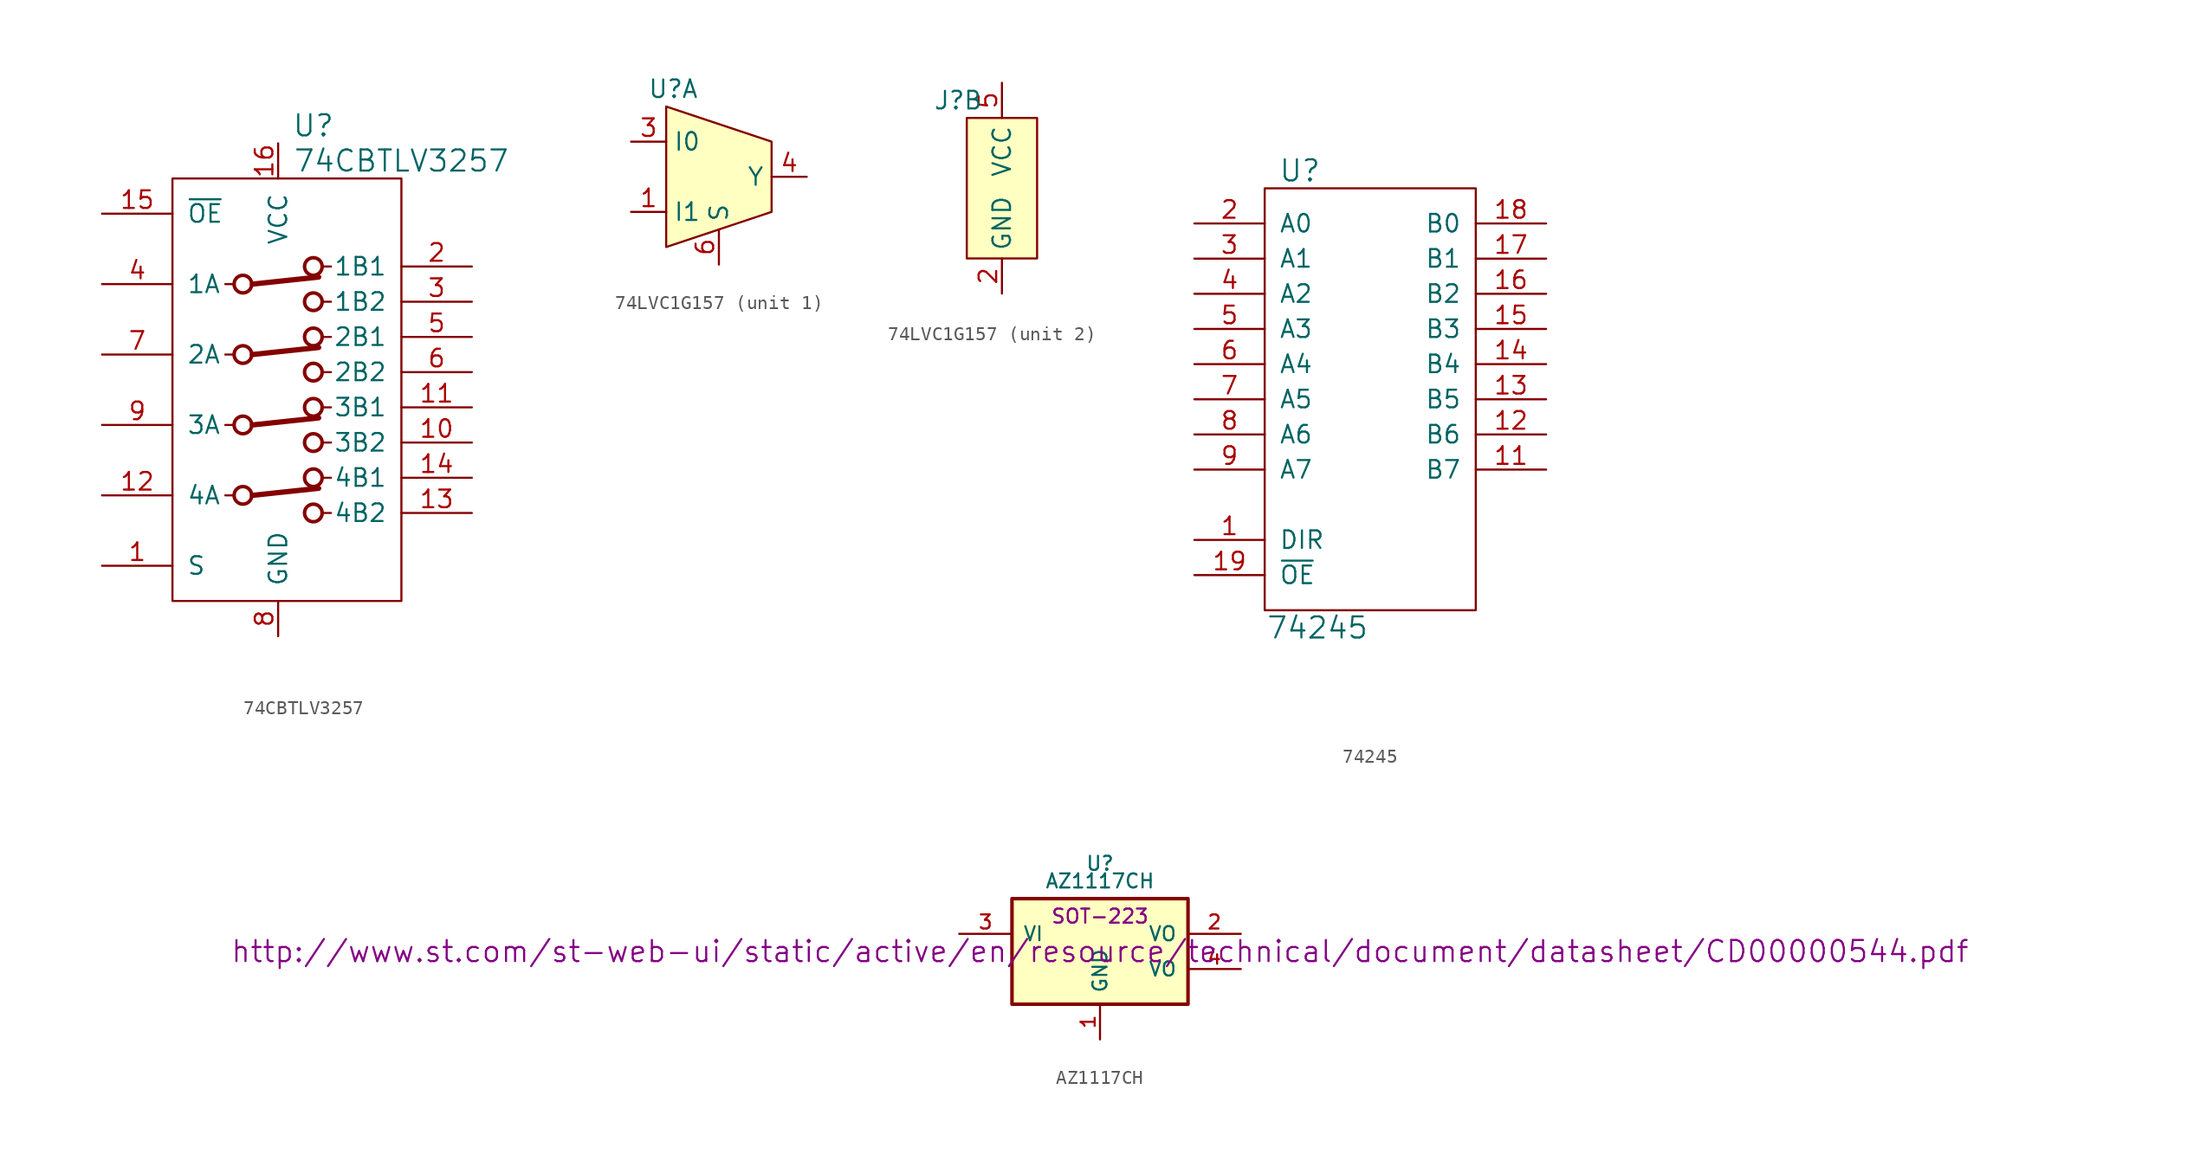
<source format=kicad_sym>
(kicad_symbol_lib
  (version 20241209)
  (generator "kicad_symbol_editor")
  (generator_version "9.0")
  (symbol "74CBTLV3257"
    (pin_names
      (offset 1.016))
    (property "Reference" "U"
      (at 2.54 11.43 0)
      (effects (font (size 1.524 1.524))))
    (property "Value" "74CBTLV3257"
      (at 8.89 8.89 0)
      (effects (font (size 1.524 1.524))))
    (property "Footprint" ""
      (at 0 0 0)
      (effects (font (size 1.524 1.524))))
    (property "Datasheet" ""
      (at 0 0 0)
      (effects (font (size 1.524 1.524))))
    (symbol "74CBTLV3257_0_1"
      (polyline (pts (xy -3.81 0) (xy -3.175 0)) (stroke (width 0) (type default)) (fill (type none)))
      (polyline (pts (xy -3.81 -5.08) (xy -3.175 -5.08)) (stroke (width 0) (type default)) (fill (type none)))
      (polyline (pts (xy -3.81 -10.16) (xy -3.175 -10.16)) (stroke (width 0) (type default)) (fill (type none)))
      (polyline (pts (xy -3.81 -15.24) (xy -3.175 -15.24)) (stroke (width 0) (type default)) (fill (type none)))
      (circle (center -2.54 0) (radius 0.635) (stroke (width 0.254) (type default)) (fill (type none)))
      (circle (center -2.54 -5.08) (radius 0.635) (stroke (width 0.254) (type default)) (fill (type none)))
      (circle (center -2.54 -10.16) (radius 0.635) (stroke (width 0.254) (type default)) (fill (type none)))
      (circle (center -2.54 -15.24) (radius 0.635) (stroke (width 0.254) (type default)) (fill (type none)))
      (polyline (pts (xy -1.854 0) (xy 2.921 0.508)) (stroke (width 0.381) (type default)) (fill (type none)))
      (polyline (pts (xy -1.854 -5.08) (xy 2.921 -4.572)) (stroke (width 0.381) (type default)) (fill (type none)))
      (polyline (pts (xy -1.854 -10.16) (xy 2.921 -9.652)) (stroke (width 0.381) (type default)) (fill (type none)))
      (polyline (pts (xy -1.854 -15.24) (xy 2.921 -14.732)) (stroke (width 0.381) (type default)) (fill (type none)))
      (circle (center 2.54 1.27) (radius 0.635) (stroke (width 0.254) (type default)) (fill (type none)))
      (circle (center 2.54 -1.27) (radius 0.635) (stroke (width 0.254) (type default)) (fill (type none)))
      (circle (center 2.54 -3.81) (radius 0.635) (stroke (width 0.254) (type default)) (fill (type none)))
      (circle (center 2.54 -6.35) (radius 0.635) (stroke (width 0.254) (type default)) (fill (type none)))
      (circle (center 2.54 -8.89) (radius 0.635) (stroke (width 0.254) (type default)) (fill (type none)))
      (circle (center 2.54 -11.43) (radius 0.635) (stroke (width 0.254) (type default)) (fill (type none)))
      (circle (center 2.54 -13.97) (radius 0.635) (stroke (width 0.254) (type default)) (fill (type none)))
      (circle (center 2.54 -16.51) (radius 0.635) (stroke (width 0.254) (type default)) (fill (type none)))
      (polyline (pts (xy 3.81 1.27) (xy 3.175 1.27)) (stroke (width 0) (type default)) (fill (type none)))
      (polyline (pts (xy 3.81 -1.27) (xy 3.175 -1.27)) (stroke (width 0) (type default)) (fill (type none)))
      (polyline (pts (xy 3.81 -3.81) (xy 3.175 -3.81)) (stroke (width 0) (type default)) (fill (type none)))
      (polyline (pts (xy 3.81 -6.35) (xy 3.175 -6.35)) (stroke (width 0) (type default)) (fill (type none)))
      (polyline (pts (xy 3.81 -8.89) (xy 3.175 -8.89)) (stroke (width 0) (type default)) (fill (type none)))
      (polyline (pts (xy 3.81 -11.43) (xy 3.175 -11.43)) (stroke (width 0) (type default)) (fill (type none)))
      (polyline (pts (xy 3.81 -13.97) (xy 3.175 -13.97)) (stroke (width 0) (type default)) (fill (type none)))
      (polyline (pts (xy 3.81 -16.51) (xy 3.175 -16.51)) (stroke (width 0) (type default)) (fill (type none)))
      (rectangle (start 8.89 7.62) (end -7.62 -22.86) (stroke (width 0) (type default)) (fill (type none))))
    (symbol "74CBTLV3257_1_1"
      (pin input line (at -12.7 5.08 0) (length 5.08) (name "~{OE}" (effects (font (size 1.27 1.27)))) (number "15" (effects (font (size 1.27 1.27)))))
      (pin input line (at -12.7 0 0) (length 5.08) (name "1A" (effects (font (size 1.27 1.27)))) (number "4" (effects (font (size 1.27 1.27)))))
      (pin passive line (at -12.7 -5.08 0) (length 5.08) (name "2A" (effects (font (size 1.27 1.27)))) (number "7" (effects (font (size 1.27 1.27)))))
      (pin passive line (at -12.7 -10.16 0) (length 5.08) (name "3A" (effects (font (size 1.27 1.27)))) (number "9" (effects (font (size 1.27 1.27)))))
      (pin passive line (at -12.7 -15.24 0) (length 5.08) (name "4A" (effects (font (size 1.27 1.27)))) (number "12" (effects (font (size 1.27 1.27)))))
      (pin input line (at -12.7 -20.32 0) (length 5.08) (name "S" (effects (font (size 1.27 1.27)))) (number "1" (effects (font (size 1.27 1.27)))))
      (pin power_in line (at 0 10.16 270) (length 2.54) (name "VCC" (effects (font (size 1.27 1.27)))) (number "16" (effects (font (size 1.27 1.27)))))
      (pin power_in line (at 0 -25.4 90) (length 2.54) (name "GND" (effects (font (size 1.27 1.27)))) (number "8" (effects (font (size 1.27 1.27)))))
      (pin passive line (at 13.97 1.27 180) (length 5.08) (name "1B1" (effects (font (size 1.27 1.27)))) (number "2" (effects (font (size 1.27 1.27)))))
      (pin passive line (at 13.97 -1.27 180) (length 5.08) (name "1B2" (effects (font (size 1.27 1.27)))) (number "3" (effects (font (size 1.27 1.27)))))
      (pin passive line (at 13.97 -3.81 180) (length 5.08) (name "2B1" (effects (font (size 1.27 1.27)))) (number "5" (effects (font (size 1.27 1.27)))))
      (pin passive line (at 13.97 -6.35 180) (length 5.08) (name "2B2" (effects (font (size 1.27 1.27)))) (number "6" (effects (font (size 1.27 1.27)))))
      (pin passive line (at 13.97 -8.89 180) (length 5.08) (name "3B1" (effects (font (size 1.27 1.27)))) (number "11" (effects (font (size 1.27 1.27)))))
      (pin passive line (at 13.97 -11.43 180) (length 5.08) (name "3B2" (effects (font (size 1.27 1.27)))) (number "10" (effects (font (size 1.27 1.27)))))
      (pin passive line (at 13.97 -13.97 180) (length 5.08) (name "4B1" (effects (font (size 1.27 1.27)))) (number "14" (effects (font (size 1.27 1.27)))))
      (pin passive line (at 13.97 -16.51 180) (length 5.08) (name "4B2" (effects (font (size 1.27 1.27)))) (number "13" (effects (font (size 1.27 1.27)))))))
  (symbol "74LVC1G157"
    (property "Reference" "U"
      (at -3.302 6.35 0)
      (effects (font (size 1.27 1.27))))
    (property "Value" ""
      (at 0 0 0)
      (effects (font (size 1.27 1.27))))
    (property "ki_locked" ""
      (at 0 0 0)
      (effects (font (size 1.27 1.27))))
    (symbol "74LVC1G157_1_1"
      (polyline (pts (xy -3.81 5.08) (xy -3.81 -5.08) (xy 3.81 -2.54) (xy 3.81 2.54) (xy -3.81 5.08)) (stroke (width 0) (type default)) (fill (type background)))
      (pin input line (at -6.35 2.54 0) (length 2.54) (name "I0" (effects (font (size 1.27 1.27)))) (number "3" (effects (font (size 1.27 1.27)))))
      (pin input line (at -6.35 -2.54 0) (length 2.54) (name "I1" (effects (font (size 1.27 1.27)))) (number "1" (effects (font (size 1.27 1.27)))))
      (pin input line (at 0 -6.35 90) (length 2.54) (name "S" (effects (font (size 1.27 1.27)))) (number "6" (effects (font (size 1.27 1.27)))))
      (pin output line (at 6.35 0 180) (length 2.54) (name "Y" (effects (font (size 1.27 1.27)))) (number "4" (effects (font (size 1.27 1.27))))))
    (symbol "74LVC1G157_2_1"
      (rectangle (start -2.54 5.08) (end 2.54 -5.08) (stroke (width 0) (type default)) (fill (type background)))
      (pin power_in line (at 0 7.62 270) (length 2.54) (name "VCC" (effects (font (size 1.27 1.27)))) (number "5" (effects (font (size 1.27 1.27)))))
      (pin power_in line (at 0 -7.62 90) (length 2.54) (name "GND" (effects (font (size 1.27 1.27)))) (number "2" (effects (font (size 1.27 1.27)))))))
  (symbol "74245"
    (pin_names
      (offset 1.016))
    (property "Reference" "U"
      (at -5.08 16.51 0)
      (effects (font (size 1.524 1.524))))
    (property "Value" "74245"
      (at -3.81 -16.51 0)
      (effects (font (size 1.524 1.524))))
    (property "Footprint" ""
      (at 0 0 0)
      (effects (font (size 1.524 1.524))))
    (property "Datasheet" ""
      (at 0 0 0)
      (effects (font (size 1.524 1.524))))
    (symbol "74245_0_1"
      (rectangle (start -7.62 15.24) (end 7.62 -15.24) (stroke (width 0) (type default)) (fill (type none)))
      (pin power_in line (at 0 20.32 270) (length 5.08) (hide yes) (name "VCC" (effects (font (size 1.27 1.27)))) (number "20" (effects (font (size 1.27 1.27)))))
      (pin power_in line (at 0 -20.32 90) (length 5.08) (hide yes) (name "GND" (effects (font (size 1.27 1.27)))) (number "10" (effects (font (size 1.27 1.27))))))
    (symbol "74245_1_1"
      (pin tri_state line (at -12.7 12.7 0) (length 5.08) (name "A0" (effects (font (size 1.27 1.27)))) (number "2" (effects (font (size 1.27 1.27)))))
      (pin tri_state line (at -12.7 10.16 0) (length 5.08) (name "A1" (effects (font (size 1.27 1.27)))) (number "3" (effects (font (size 1.27 1.27)))))
      (pin tri_state line (at -12.7 7.62 0) (length 5.08) (name "A2" (effects (font (size 1.27 1.27)))) (number "4" (effects (font (size 1.27 1.27)))))
      (pin tri_state line (at -12.7 5.08 0) (length 5.08) (name "A3" (effects (font (size 1.27 1.27)))) (number "5" (effects (font (size 1.27 1.27)))))
      (pin tri_state line (at -12.7 2.54 0) (length 5.08) (name "A4" (effects (font (size 1.27 1.27)))) (number "6" (effects (font (size 1.27 1.27)))))
      (pin tri_state line (at -12.7 0 0) (length 5.08) (name "A5" (effects (font (size 1.27 1.27)))) (number "7" (effects (font (size 1.27 1.27)))))
      (pin tri_state line (at -12.7 -2.54 0) (length 5.08) (name "A6" (effects (font (size 1.27 1.27)))) (number "8" (effects (font (size 1.27 1.27)))))
      (pin tri_state line (at -12.7 -5.08 0) (length 5.08) (name "A7" (effects (font (size 1.27 1.27)))) (number "9" (effects (font (size 1.27 1.27)))))
      (pin input line (at -12.7 -10.16 0) (length 5.08) (name "DIR" (effects (font (size 1.27 1.27)))) (number "1" (effects (font (size 1.27 1.27)))))
      (pin input line (at -12.7 -12.7 0) (length 5.08) (name "~{OE}" (effects (font (size 1.27 1.27)))) (number "19" (effects (font (size 1.27 1.27)))))
      (pin tri_state line (at 12.7 12.7 180) (length 5.08) (name "B0" (effects (font (size 1.27 1.27)))) (number "18" (effects (font (size 1.27 1.27)))))
      (pin tri_state line (at 12.7 10.16 180) (length 5.08) (name "B1" (effects (font (size 1.27 1.27)))) (number "17" (effects (font (size 1.27 1.27)))))
      (pin tri_state line (at 12.7 7.62 180) (length 5.08) (name "B2" (effects (font (size 1.27 1.27)))) (number "16" (effects (font (size 1.27 1.27)))))
      (pin tri_state line (at 12.7 5.08 180) (length 5.08) (name "B3" (effects (font (size 1.27 1.27)))) (number "15" (effects (font (size 1.27 1.27)))))
      (pin tri_state line (at 12.7 2.54 180) (length 5.08) (name "B4" (effects (font (size 1.27 1.27)))) (number "14" (effects (font (size 1.27 1.27)))))
      (pin tri_state line (at 12.7 0 180) (length 5.08) (name "B5" (effects (font (size 1.27 1.27)))) (number "13" (effects (font (size 1.27 1.27)))))
      (pin tri_state line (at 12.7 -2.54 180) (length 5.08) (name "B6" (effects (font (size 1.27 1.27)))) (number "12" (effects (font (size 1.27 1.27)))))
      (pin tri_state line (at 12.7 -5.08 180) (length 5.08) (name "B7" (effects (font (size 1.27 1.27)))) (number "11" (effects (font (size 1.27 1.27)))))))
  (symbol "AZ1117CH"
    (pin_names
      (offset 0.762))
    (property "Reference" "U"
      (at 0 6.35 0)
      (effects (font (size 1.016 1.016))))
    (property "Value" "AZ1117CH"
      (at 0 5.08 0)
      (effects (font (size 1.016 1.016))))
    (property "Footprint" "SOT-223"
      (at 0 2.54 0)
      (effects (font (size 1.016 1.016))))
    (property "Datasheet" "http://www.st.com/st-web-ui/static/active/en/resource/technical/document/datasheet/CD00000544.pdf"
      (at 0 0 0)
      (effects (font (size 1.524 1.524))))
    (symbol "AZ1117CH_0_1"
      (rectangle (start -6.35 -3.81) (end 6.35 3.81) (stroke (width 0.254) (type default)) (fill (type background))))
    (symbol "AZ1117CH_1_1"
      (pin power_in line (at -10.16 1.27 0) (length 3.81) (name "VI" (effects (font (size 1.016 1.016)))) (number "3" (effects (font (size 1.016 1.016)))))
      (pin power_in line (at 0 -6.35 90) (length 2.54) (name "GND" (effects (font (size 1.016 1.016)))) (number "1" (effects (font (size 1.016 1.016)))))
      (pin power_out line (at 10.16 1.27 180) (length 3.81) (name "VO" (effects (font (size 1.016 1.016)))) (number "2" (effects (font (size 1.016 1.016)))))
      (pin power_out line (at 10.16 -1.27 180) (length 3.81) (name "VO" (effects (font (size 1.016 1.016)))) (number "4" (effects (font (size 1.016 1.016))))))))
</source>
